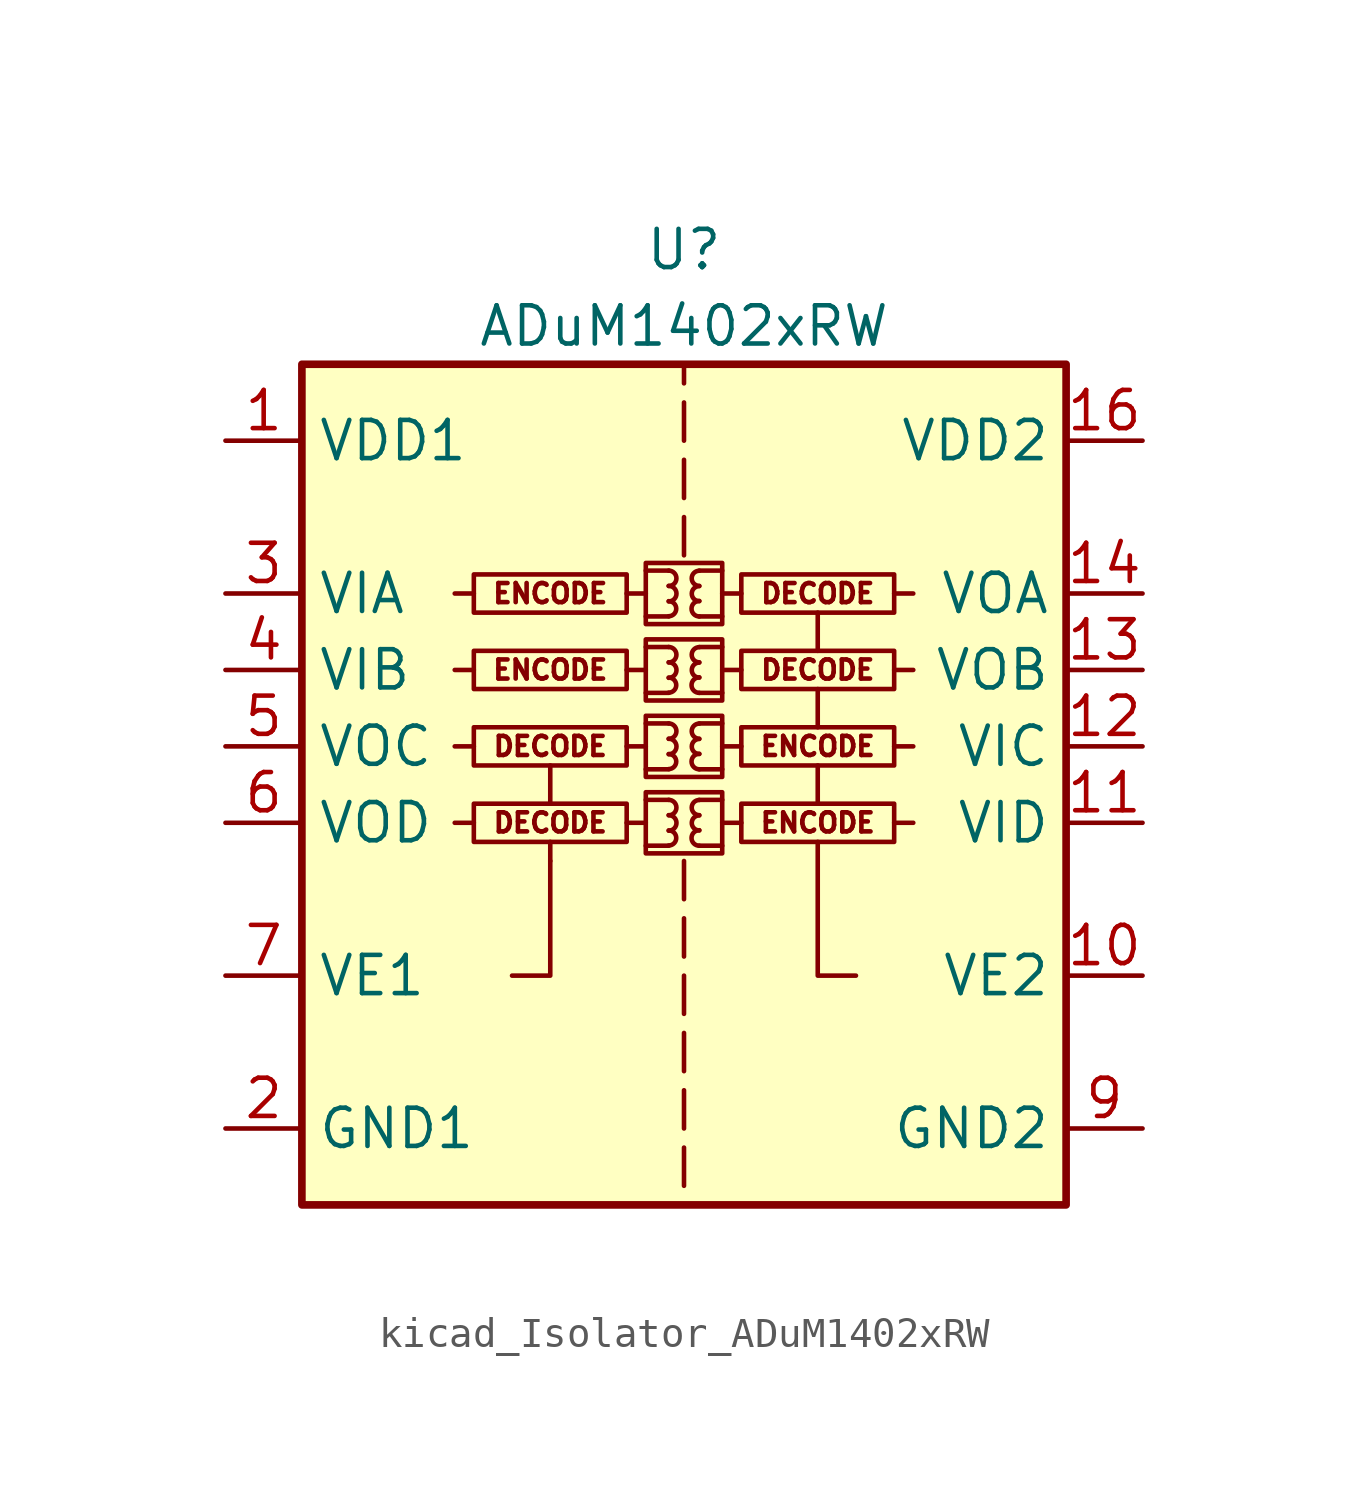
<source format=kicad_sym>
(kicad_symbol_lib
  (version 20220914)
  (generator kicad_symbol_editor)
  (symbol "kicad_Isolator_ADuM1402xRW"
    (property "Reference" "U"
      (at 0 19.05 0)
      (effects (font (size 1.27 1.27))))
    (property "Value" "ADuM1402xRW"
      (at 0 16.51 0)
      (effects (font (size 1.27 1.27))))
    (symbol "kicad_Isolator_ADuM1402xRW_0_0"
      (rectangle (start -1.905 0.635) (end -6.985 -0.635) (stroke (width 0) (type default)) (fill (type none)))
      (rectangle (start -1.27 1.016) (end 1.27 -1.016) (stroke (width 0) (type default)) (fill (type none)))
      (rectangle (start -1.27 3.556) (end 1.27 1.524) (stroke (width 0) (type default)) (fill (type none)))
      (rectangle (start -1.27 6.096) (end 1.27 4.064) (stroke (width 0) (type default)) (fill (type none)))
      (rectangle (start -1.27 8.636) (end 1.27 6.604) (stroke (width 0) (type default)) (fill (type none)))
      (arc (start -0.508 -0.762) (mid -0.2551 -0.508) (end -0.508 -0.254) (stroke (width 0) (type default)) (fill (type none)))
      (arc (start -0.508 -0.254) (mid -0.2551 0) (end -0.508 0.254) (stroke (width 0) (type default)) (fill (type none)))
      (arc (start -0.508 0.254) (mid -0.2551 0.508) (end -0.508 0.762) (stroke (width 0) (type default)) (fill (type none)))
      (arc (start -0.508 1.778) (mid -0.2551 2.032) (end -0.508 2.286) (stroke (width 0) (type default)) (fill (type none)))
      (arc (start -0.508 2.286) (mid -0.2551 2.54) (end -0.508 2.794) (stroke (width 0) (type default)) (fill (type none)))
      (arc (start -0.508 2.794) (mid -0.2551 3.048) (end -0.508 3.302) (stroke (width 0) (type default)) (fill (type none)))
      (arc (start -0.508 4.318) (mid -0.2551 4.572) (end -0.508 4.826) (stroke (width 0) (type default)) (fill (type none)))
      (arc (start -0.508 4.826) (mid -0.2551 5.08) (end -0.508 5.334) (stroke (width 0) (type default)) (fill (type none)))
      (arc (start -0.508 5.334) (mid -0.2551 5.588) (end -0.508 5.842) (stroke (width 0) (type default)) (fill (type none)))
      (arc (start -0.508 6.858) (mid -0.2551 7.112) (end -0.508 7.366) (stroke (width 0) (type default)) (fill (type none)))
      (arc (start -0.508 7.366) (mid -0.2551 7.62) (end -0.508 7.874) (stroke (width 0) (type default)) (fill (type none)))
      (arc (start -0.508 7.874) (mid -0.2551 8.128) (end -0.508 8.382) (stroke (width 0) (type default)) (fill (type none)))
      (polyline (pts (xy -6.985 0) (xy -7.62 0)) (stroke (width 0) (type default)) (fill (type none)))
      (polyline (pts (xy -6.985 2.54) (xy -7.62 2.54)) (stroke (width 0) (type default)) (fill (type none)))
      (polyline (pts (xy -6.985 5.08) (xy -7.62 5.08)) (stroke (width 0) (type default)) (fill (type none)))
      (polyline (pts (xy -6.985 7.62) (xy -7.62 7.62)) (stroke (width 0) (type default)) (fill (type none)))
      (polyline (pts (xy -4.445 -1.27) (xy -4.445 -0.635)) (stroke (width 0) (type default)) (fill (type none)))
      (polyline (pts (xy -4.445 0.635) (xy -4.445 1.905)) (stroke (width 0) (type default)) (fill (type none)))
      (polyline (pts (xy -1.905 0) (xy -1.27 0)) (stroke (width 0) (type default)) (fill (type none)))
      (polyline (pts (xy -1.905 2.54) (xy -1.27 2.54)) (stroke (width 0) (type default)) (fill (type none)))
      (polyline (pts (xy -1.905 5.08) (xy -1.27 5.08)) (stroke (width 0) (type default)) (fill (type none)))
      (polyline (pts (xy -1.905 7.62) (xy -1.27 7.62)) (stroke (width 0) (type default)) (fill (type none)))
      (polyline (pts (xy -1.27 -0.762) (xy -0.508 -0.762)) (stroke (width 0) (type default)) (fill (type none)))
      (polyline (pts (xy -1.27 0.762) (xy -0.508 0.762)) (stroke (width 0) (type default)) (fill (type none)))
      (polyline (pts (xy -1.27 1.778) (xy -0.508 1.778)) (stroke (width 0) (type default)) (fill (type none)))
      (polyline (pts (xy -1.27 3.302) (xy -0.508 3.302)) (stroke (width 0) (type default)) (fill (type none)))
      (polyline (pts (xy -1.27 4.318) (xy -0.508 4.318)) (stroke (width 0) (type default)) (fill (type none)))
      (polyline (pts (xy -1.27 5.842) (xy -0.508 5.842)) (stroke (width 0) (type default)) (fill (type none)))
      (polyline (pts (xy -1.27 6.858) (xy -0.508 6.858)) (stroke (width 0) (type default)) (fill (type none)))
      (polyline (pts (xy -1.27 8.382) (xy -0.508 8.382)) (stroke (width 0) (type default)) (fill (type none)))
      (polyline (pts (xy 0 -10.795) (xy 0 -12.065)) (stroke (width 0) (type default)) (fill (type none)))
      (polyline (pts (xy 0 -8.89) (xy 0 -10.16)) (stroke (width 0) (type default)) (fill (type none)))
      (polyline (pts (xy 0 -6.985) (xy 0 -8.255)) (stroke (width 0) (type default)) (fill (type none)))
      (polyline (pts (xy 0 -5.08) (xy 0 -6.35)) (stroke (width 0) (type default)) (fill (type none)))
      (polyline (pts (xy 0 -3.175) (xy 0 -4.445)) (stroke (width 0) (type default)) (fill (type none)))
      (polyline (pts (xy 0 -1.27) (xy 0 -2.54)) (stroke (width 0) (type default)) (fill (type none)))
      (polyline (pts (xy 0 8.89) (xy 0 10.16)) (stroke (width 0) (type default)) (fill (type none)))
      (polyline (pts (xy 0 10.795) (xy 0 12.065)) (stroke (width 0) (type default)) (fill (type none)))
      (polyline (pts (xy 0 12.7) (xy 0 13.97)) (stroke (width 0) (type default)) (fill (type none)))
      (polyline (pts (xy 0 15.24) (xy 0 14.605)) (stroke (width 0) (type default)) (fill (type none)))
      (polyline (pts (xy 1.27 -0.762) (xy 0.508 -0.762)) (stroke (width 0) (type default)) (fill (type none)))
      (polyline (pts (xy 1.27 0.762) (xy 0.508 0.762)) (stroke (width 0) (type default)) (fill (type none)))
      (polyline (pts (xy 1.27 1.778) (xy 0.508 1.778)) (stroke (width 0) (type default)) (fill (type none)))
      (polyline (pts (xy 1.27 3.302) (xy 0.508 3.302)) (stroke (width 0) (type default)) (fill (type none)))
      (polyline (pts (xy 1.27 4.318) (xy 0.508 4.318)) (stroke (width 0) (type default)) (fill (type none)))
      (polyline (pts (xy 1.27 5.842) (xy 0.508 5.842)) (stroke (width 0) (type default)) (fill (type none)))
      (polyline (pts (xy 1.27 6.858) (xy 0.508 6.858)) (stroke (width 0) (type default)) (fill (type none)))
      (polyline (pts (xy 1.27 8.382) (xy 0.508 8.382)) (stroke (width 0) (type default)) (fill (type none)))
      (polyline (pts (xy 1.905 0) (xy 1.27 0)) (stroke (width 0) (type default)) (fill (type none)))
      (polyline (pts (xy 1.905 2.54) (xy 1.27 2.54)) (stroke (width 0) (type default)) (fill (type none)))
      (polyline (pts (xy 1.905 5.08) (xy 1.27 5.08)) (stroke (width 0) (type default)) (fill (type none)))
      (polyline (pts (xy 1.905 7.62) (xy 1.27 7.62)) (stroke (width 0) (type default)) (fill (type none)))
      (polyline (pts (xy 4.445 0.635) (xy 4.445 1.905)) (stroke (width 0) (type default)) (fill (type none)))
      (polyline (pts (xy 4.445 3.175) (xy 4.445 4.445)) (stroke (width 0) (type default)) (fill (type none)))
      (polyline (pts (xy 4.445 5.715) (xy 4.445 6.985)) (stroke (width 0) (type default)) (fill (type none)))
      (polyline (pts (xy 6.985 0) (xy 7.62 0)) (stroke (width 0) (type default)) (fill (type none)))
      (polyline (pts (xy 6.985 2.54) (xy 7.62 2.54)) (stroke (width 0) (type default)) (fill (type none)))
      (polyline (pts (xy 6.985 5.08) (xy 7.62 5.08)) (stroke (width 0) (type default)) (fill (type none)))
      (polyline (pts (xy 6.985 7.62) (xy 7.62 7.62)) (stroke (width 0) (type default)) (fill (type none)))
      (polyline (pts (xy -4.445 -1.27) (xy -4.445 -5.08) (xy -5.715 -5.08)) (stroke (width 0) (type default)) (fill (type none)))
      (polyline (pts (xy 5.715 -5.08) (xy 4.445 -5.08) (xy 4.445 -0.635)) (stroke (width 0) (type default)) (fill (type none)))
      (arc (start 0.508 -0.254) (mid 0.2551 -0.508) (end 0.508 -0.762) (stroke (width 0) (type default)) (fill (type none)))
      (arc (start 0.508 0.254) (mid 0.2551 0) (end 0.508 -0.254) (stroke (width 0) (type default)) (fill (type none)))
      (arc (start 0.508 0.762) (mid 0.2551 0.508) (end 0.508 0.254) (stroke (width 0) (type default)) (fill (type none)))
      (arc (start 0.508 2.286) (mid 0.2551 2.032) (end 0.508 1.778) (stroke (width 0) (type default)) (fill (type none)))
      (arc (start 0.508 2.794) (mid 0.2551 2.54) (end 0.508 2.286) (stroke (width 0) (type default)) (fill (type none)))
      (arc (start 0.508 3.302) (mid 0.2551 3.048) (end 0.508 2.794) (stroke (width 0) (type default)) (fill (type none)))
      (arc (start 0.508 4.826) (mid 0.2551 4.572) (end 0.508 4.318) (stroke (width 0) (type default)) (fill (type none)))
      (arc (start 0.508 5.334) (mid 0.2551 5.08) (end 0.508 4.826) (stroke (width 0) (type default)) (fill (type none)))
      (arc (start 0.508 5.842) (mid 0.2551 5.588) (end 0.508 5.334) (stroke (width 0) (type default)) (fill (type none)))
      (arc (start 0.508 7.366) (mid 0.2551 7.112) (end 0.508 6.858) (stroke (width 0) (type default)) (fill (type none)))
      (arc (start 0.508 7.874) (mid 0.2551 7.62) (end 0.508 7.366) (stroke (width 0) (type default)) (fill (type none)))
      (arc (start 0.508 8.382) (mid 0.2551 8.128) (end 0.508 7.874) (stroke (width 0) (type default)) (fill (type none)))
      (rectangle (start 1.905 0.635) (end 6.985 -0.635) (stroke (width 0) (type default)) (fill (type none)))
      (rectangle (start 1.905 3.175) (end 6.985 1.905) (stroke (width 0) (type default)) (fill (type none)))
      (rectangle (start 1.905 5.715) (end 6.985 4.445) (stroke (width 0) (type default)) (fill (type none)))
      (rectangle (start 1.905 8.255) (end 6.985 6.985) (stroke (width 0) (type default)) (fill (type none)))
      (text "DECODE" (at -4.445 0 0) (effects (font (size 0.635 0.635))))
      (text "DECODE" (at -4.445 2.54 0) (effects (font (size 0.635 0.635))))
      (text "DECODE" (at 4.445 5.08 0) (effects (font (size 0.635 0.635))))
      (text "DECODE" (at 4.445 7.62 0) (effects (font (size 0.635 0.635))))
      (text "ENCODE" (at -4.445 5.08 0) (effects (font (size 0.635 0.635))))
      (text "ENCODE" (at -4.445 7.62 0) (effects (font (size 0.635 0.635))))
      (text "ENCODE" (at 4.445 0 0) (effects (font (size 0.635 0.635))))
      (text "ENCODE" (at 4.445 2.54 0) (effects (font (size 0.635 0.635)))))
    (symbol "kicad_Isolator_ADuM1402xRW_0_1"
      (rectangle (start -12.7 15.24) (end 12.7 -12.7) (stroke (width 0.254) (type default)) (fill (type background)))
      (rectangle (start -1.905 3.175) (end -6.985 1.905) (stroke (width 0) (type default)) (fill (type none)))
      (rectangle (start -1.905 5.715) (end -6.985 4.445) (stroke (width 0) (type default)) (fill (type none)))
      (rectangle (start -1.905 8.255) (end -6.985 6.985) (stroke (width 0) (type default)) (fill (type none))))
    (symbol "kicad_Isolator_ADuM1402xRW_1_1"
      (pin power_in line (at -15.24 12.7 0) (length 2.54) (name "VDD1" (effects (font (size 1.27 1.27)))) (number "1" (effects (font (size 1.27 1.27)))))
      (pin input line (at 15.24 -5.08 180) (length 2.54) (name "VE2" (effects (font (size 1.27 1.27)))) (number "10" (effects (font (size 1.27 1.27)))))
      (pin input line (at 15.24 0 180) (length 2.54) (name "VID" (effects (font (size 1.27 1.27)))) (number "11" (effects (font (size 1.27 1.27)))))
      (pin input line (at 15.24 2.54 180) (length 2.54) (name "VIC" (effects (font (size 1.27 1.27)))) (number "12" (effects (font (size 1.27 1.27)))))
      (pin output line (at 15.24 5.08 180) (length 2.54) (name "VOB" (effects (font (size 1.27 1.27)))) (number "13" (effects (font (size 1.27 1.27)))))
      (pin output line (at 15.24 7.62 180) (length 2.54) (name "VOA" (effects (font (size 1.27 1.27)))) (number "14" (effects (font (size 1.27 1.27)))))
      (pin passive line (at 15.24 -10.16 180) (length 2.54) hide (name "GND2" (effects (font (size 1.27 1.27)))) (number "15" (effects (font (size 1.27 1.27)))))
      (pin power_in line (at 15.24 12.7 180) (length 2.54) (name "VDD2" (effects (font (size 1.27 1.27)))) (number "16" (effects (font (size 1.27 1.27)))))
      (pin power_in line (at -15.24 -10.16 0) (length 2.54) (name "GND1" (effects (font (size 1.27 1.27)))) (number "2" (effects (font (size 1.27 1.27)))))
      (pin input line (at -15.24 7.62 0) (length 2.54) (name "VIA" (effects (font (size 1.27 1.27)))) (number "3" (effects (font (size 1.27 1.27)))))
      (pin input line (at -15.24 5.08 0) (length 2.54) (name "VIB" (effects (font (size 1.27 1.27)))) (number "4" (effects (font (size 1.27 1.27)))))
      (pin output line (at -15.24 2.54 0) (length 2.54) (name "VOC" (effects (font (size 1.27 1.27)))) (number "5" (effects (font (size 1.27 1.27)))))
      (pin output line (at -15.24 0 0) (length 2.54) (name "VOD" (effects (font (size 1.27 1.27)))) (number "6" (effects (font (size 1.27 1.27)))))
      (pin input line (at -15.24 -5.08 0) (length 2.54) (name "VE1" (effects (font (size 1.27 1.27)))) (number "7" (effects (font (size 1.27 1.27)))))
      (pin passive line (at -15.24 -10.16 0) (length 2.54) hide (name "GND1" (effects (font (size 1.27 1.27)))) (number "8" (effects (font (size 1.27 1.27)))))
      (pin power_in line (at 15.24 -10.16 180) (length 2.54) (name "GND2" (effects (font (size 1.27 1.27)))) (number "9" (effects (font (size 1.27 1.27))))))))
</source>
